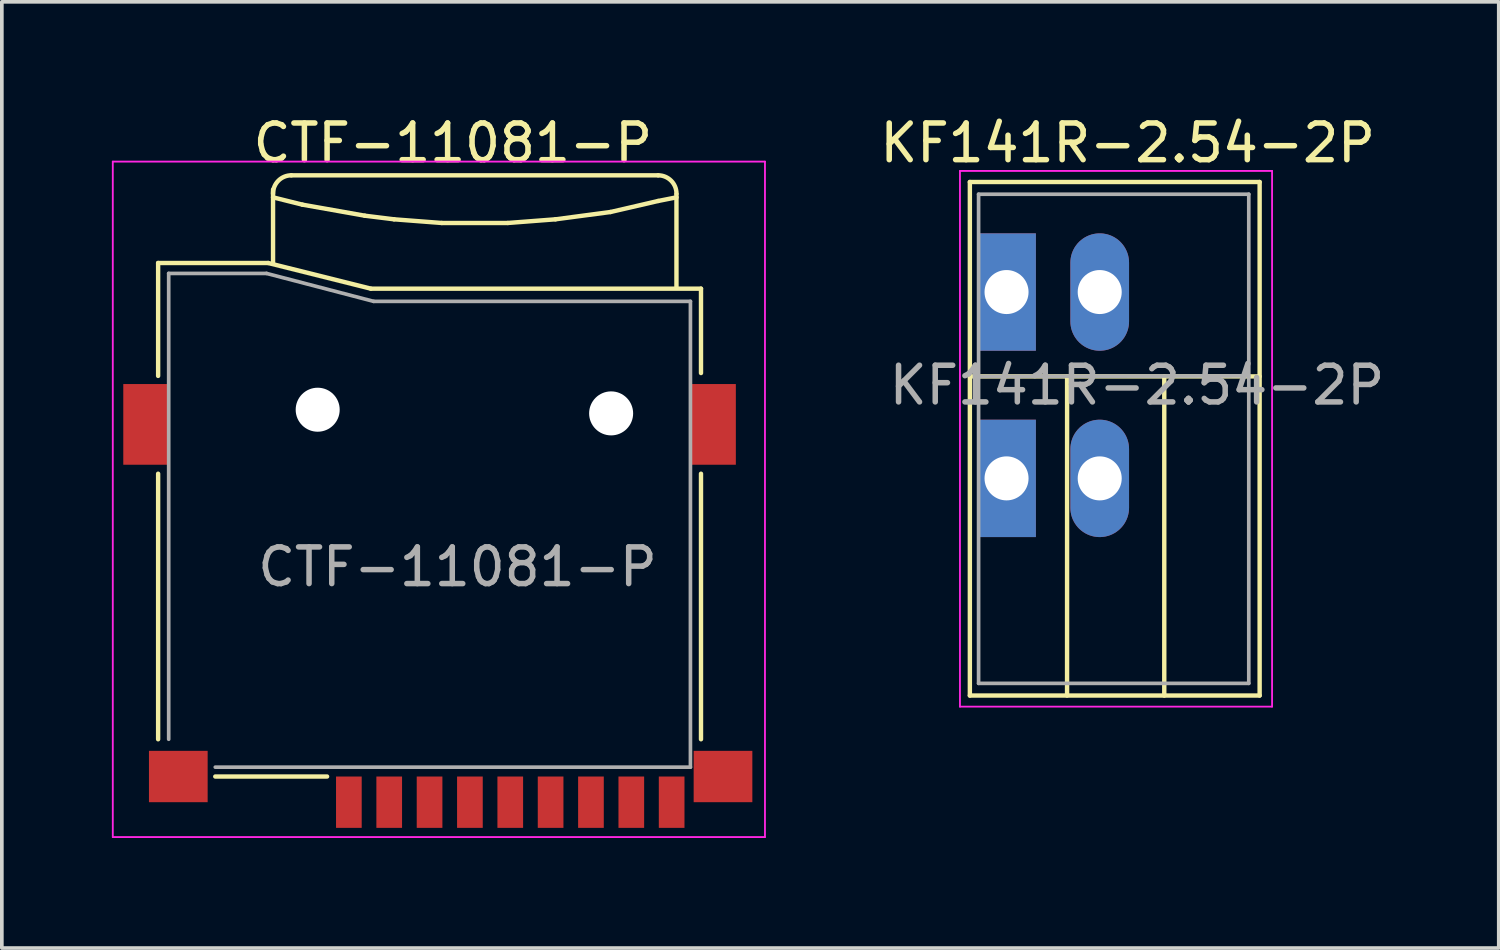
<source format=kicad_pcb>
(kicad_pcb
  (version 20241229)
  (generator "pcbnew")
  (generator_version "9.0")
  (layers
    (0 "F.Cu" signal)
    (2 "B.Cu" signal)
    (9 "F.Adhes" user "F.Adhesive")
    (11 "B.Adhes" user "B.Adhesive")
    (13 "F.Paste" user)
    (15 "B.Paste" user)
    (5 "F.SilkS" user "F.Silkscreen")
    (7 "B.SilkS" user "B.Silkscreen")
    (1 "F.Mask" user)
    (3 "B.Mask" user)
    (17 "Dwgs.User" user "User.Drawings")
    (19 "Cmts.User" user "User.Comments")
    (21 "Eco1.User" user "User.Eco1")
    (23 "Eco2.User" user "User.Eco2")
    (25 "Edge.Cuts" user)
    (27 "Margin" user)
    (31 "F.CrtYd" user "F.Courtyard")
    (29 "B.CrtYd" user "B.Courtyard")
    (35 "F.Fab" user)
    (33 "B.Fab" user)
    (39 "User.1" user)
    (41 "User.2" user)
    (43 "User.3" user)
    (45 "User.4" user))
  (footprint "CTF-11081-P"
    (layer "F.Cu")
    (at 8.661 18.12)
    (property "Reference" "CTF-11081-P" (at 0.635 -17.272 0) (layer "F.SilkS") (effects (font (size 1 1) (thickness 0.15))))
    (attr smd)
    (fp_line (start -7.4 -14) (end -7.4 -10.922) (stroke (width 0.12) (type solid)) (layer "F.SilkS"))
    (fp_line (start -7.4 -14) (end -4.4 -14) (stroke (width 0.12) (type solid)) (layer "F.SilkS"))
    (fp_line (start -7.4 -8.255) (end -7.4 -1.016) (stroke (width 0.12) (type solid)) (layer "F.SilkS"))
    (fp_line (start -4.4 -14) (end -1.6 -13.3) (stroke (width 0.12) (type solid)) (layer "F.SilkS"))
    (fp_line (start -4.268 -15.79) (end -3.468 -15.591) (stroke (width 0.12) (type solid)) (layer "F.SilkS"))
    (fp_line (start -4.267 -13.983) (end -4.267 -16.002) (stroke (width 0.12) (type solid)) (layer "F.SilkS"))
    (fp_line (start -3.768 -16.39) (end 6.232 -16.39) (stroke (width 0.12) (type solid)) (layer "F.SilkS"))
    (fp_line (start -3.468 -15.591) (end -1.768 -15.29) (stroke (width 0.12) (type solid)) (layer "F.SilkS"))
    (fp_line (start -2.794 0) (end -5.842 0) (stroke (width 0.12) (type solid)) (layer "F.SilkS"))
    (fp_line (start -1.768 -15.29) (end -0.968 -15.191) (stroke (width 0.12) (type solid)) (layer "F.SilkS"))
    (fp_line (start -0.968 -15.191) (end 0.332 -15.091) (stroke (width 0.12) (type solid)) (layer "F.SilkS"))
    (fp_line (start 0.332 -15.091) (end 2.132 -15.091) (stroke (width 0.12) (type solid)) (layer "F.SilkS"))
    (fp_line (start 2.132 -15.091) (end 3.432 -15.191) (stroke (width 0.12) (type solid)) (layer "F.SilkS"))
    (fp_line (start 3.432 -15.191) (end 4.932 -15.39) (stroke (width 0.12) (type solid)) (layer "F.SilkS"))
    (fp_line (start 4.932 -15.39) (end 6.232 -15.691) (stroke (width 0.12) (type solid)) (layer "F.SilkS"))
    (fp_line (start 6.232 -15.691) (end 6.732 -15.79) (stroke (width 0.12) (type solid)) (layer "F.SilkS"))
    (fp_line (start 6.731 -13.335) (end 6.731 -15.875) (stroke (width 0.12) (type solid)) (layer "F.SilkS"))
    (fp_line (start 7.4 -13.3) (end -1.6 -13.3) (stroke (width 0.12) (type solid)) (layer "F.SilkS"))
    (fp_line (start 7.4 -13.3) (end 7.4 -11) (stroke (width 0.12) (type solid)) (layer "F.SilkS"))
    (fp_line (start 7.4 -8.255) (end 7.4 -1.016) (stroke (width 0.12) (type solid)) (layer "F.SilkS"))
    (fp_arc (start -4.2681 -15.8905) (mid -4.121653 -16.244053) (end -3.7681 -16.3905) (stroke (width 0.12) (type solid)) (layer "F.SilkS"))
    (fp_arc (start 6.2319 -16.3905) (mid 6.585453 -16.244053) (end 6.7319 -15.8905) (stroke (width 0.12) (type solid)) (layer "F.SilkS"))
    (fp_line (start -8.636 -16.764) (end -8.636 1.651) (stroke (width 0.05) (type solid)) (layer "F.CrtYd"))
    (fp_line (start 9.144 -16.764) (end -8.636 -16.764) (stroke (width 0.05) (type solid)) (layer "F.CrtYd"))
    (fp_line (start 9.144 -16.764) (end 9.144 1.651) (stroke (width 0.05) (type solid)) (layer "F.CrtYd"))
    (fp_line (start 9.144 1.651) (end -8.636 1.651) (stroke (width 0.05) (type solid)) (layer "F.CrtYd"))
    (fp_line (start -7.112 -13.716) (end -7.112 -1.016) (stroke (width 0.1) (type solid)) (layer "F.Fab"))
    (fp_line (start -4.445 -13.716) (end -7.112 -13.716) (stroke (width 0.1) (type solid)) (layer "F.Fab"))
    (fp_line (start -4.445 -13.716) (end -1.524 -12.954) (stroke (width 0.1) (type solid)) (layer "F.Fab"))
    (fp_line (start 7.112 -12.954) (end -1.524 -12.954) (stroke (width 0.1) (type solid)) (layer "F.Fab"))
    (fp_line (start 7.112 -0.255) (end -5.842 -0.255) (stroke (width 0.1) (type solid)) (layer "F.Fab"))
    (fp_line (start 7.112 -0.255) (end 7.112 -12.954) (stroke (width 0.1) (type solid)) (layer "F.Fab"))
    (fp_text user "${REFERENCE}" (at 0.762 -5.715 0) (layer "F.Fab") (effects (font (size 1 1) (thickness 0.15))))
    (pad "" np_thru_hole circle (at -3.05 -10) (size 1.2 1.2) (drill 1.2) (layers "*.Cu" "*.Mask"))
    (pad "" np_thru_hole circle (at 4.95 -9.9) (size 1.2 1.2) (drill 1.2) (layers "*.Cu" "*.Mask"))
    (pad "1" smd rect (at -2.2 0.7) (size 0.7 1.4) (layers "F.Cu" "F.Mask" "F.Paste"))
    (pad "2" smd rect (at -1.1 0.7) (size 0.7 1.4) (layers "F.Cu" "F.Mask" "F.Paste"))
    (pad "3" smd rect (at 0 0.7) (size 0.7 1.4) (layers "F.Cu" "F.Mask" "F.Paste"))
    (pad "4" smd rect (at 1.1 0.7) (size 0.7 1.4) (layers "F.Cu" "F.Mask" "F.Paste"))
    (pad "5" smd rect (at 2.2 0.7) (size 0.7 1.4) (layers "F.Cu" "F.Mask" "F.Paste"))
    (pad "6" smd rect (at 3.3 0.7) (size 0.7 1.4) (layers "F.Cu" "F.Mask" "F.Paste"))
    (pad "7" smd rect (at 4.4 0.7) (size 0.7 1.4) (layers "F.Cu" "F.Mask" "F.Paste"))
    (pad "8" smd rect (at 5.5 0.7) (size 0.7 1.4) (layers "F.Cu" "F.Mask" "F.Paste"))
    (pad "Cd" smd rect (at 6.6 0.7) (size 0.7 1.4) (layers "F.Cu" "F.Mask" "F.Paste"))
    (pad "G" smd rect (at -7.75 -9.6) (size 1.2 2.2) (layers "F.Cu" "F.Mask" "F.Paste"))
    (pad "G" smd rect (at -6.85 0) (size 1.6 1.4) (layers "F.Cu" "F.Mask" "F.Paste"))
    (pad "G" smd rect (at 7.75 -9.6) (size 1.2 2.2) (layers "F.Cu" "F.Mask" "F.Paste"))
    (pad "G" smd rect (at 8 0) (size 1.6 1.4) (layers "F.Cu" "F.Mask" "F.Paste")))
  (footprint "KF141R-2.54-2P"
    (layer "F.Cu")
    (at 24.391 4.912)
    (property "Reference" "KF141R-2.54-2P" (at 3.302 -4.064 0) (layer "F.SilkS") (effects (font (size 1 1) (thickness 0.15))))
    (attr through_hole)
    (fp_line (start -1 -3) (end -1 11) (stroke (width 0.12) (type solid)) (layer "F.SilkS"))
    (fp_line (start -1 -3) (end 6.9 -3) (stroke (width 0.12) (type solid)) (layer "F.SilkS"))
    (fp_line (start -1 2.3) (end 6.9 2.3) (stroke (width 0.12) (type solid)) (layer "F.SilkS"))
    (fp_line (start -1 11) (end 6.9 11) (stroke (width 0.12) (type solid)) (layer "F.SilkS"))
    (fp_line (start 1.651 2.311) (end 1.65 11) (stroke (width 0.12) (type solid)) (layer "F.SilkS"))
    (fp_line (start 4.3 2.3) (end 4.3 11) (stroke (width 0.12) (type solid)) (layer "F.SilkS"))
    (fp_line (start 6.9 -3) (end 6.9 11) (stroke (width 0.12) (type solid)) (layer "F.SilkS"))
    (fp_line (start -1.27 -3.302) (end -1.27 11.303) (stroke (width 0.05) (type solid)) (layer "F.CrtYd"))
    (fp_line (start -1.27 11.303) (end 7.239 11.303) (stroke (width 0.05) (type solid)) (layer "F.CrtYd"))
    (fp_line (start 7.239 -3.302) (end -1.27 -3.302) (stroke (width 0.05) (type solid)) (layer "F.CrtYd"))
    (fp_line (start 7.239 11.303) (end 7.239 -3.302) (stroke (width 0.05) (type solid)) (layer "F.CrtYd"))
    (fp_line (start -0.762 -2.667) (end 6.604 -2.667) (stroke (width 0.1) (type solid)) (layer "F.Fab"))
    (fp_line (start -0.762 2.3) (end 6.604 2.286) (stroke (width 0.1) (type solid)) (layer "F.Fab"))
    (fp_line (start -0.762 10.668) (end -0.762 -2.667) (stroke (width 0.1) (type solid)) (layer "F.Fab"))
    (fp_line (start 6.604 10.668) (end -0.762 10.668) (stroke (width 0.1) (type solid)) (layer "F.Fab"))
    (fp_line (start 6.604 10.668) (end 6.604 -2.667) (stroke (width 0.1) (type solid)) (layer "F.Fab"))
    (fp_text user "${REFERENCE}" (at 3.556 2.54 0) (layer "F.Fab") (effects (font (size 1 1) (thickness 0.15))))
    (pad "1" thru_hole rect (at 0 0) (size 1.6 3.2) (drill 1.2) (layers "*.Cu" "*.Mask"))
    (pad "1" thru_hole rect (at 0 5.08) (size 1.6 3.2) (drill 1.2) (layers "*.Cu" "*.Mask"))
    (pad "2" thru_hole oval (at 2.54 0) (size 1.6 3.2) (drill 1.2) (layers "*.Cu" "*.Mask"))
    (pad "2" thru_hole oval (at 2.54 5.08) (size 1.6 3.2) (drill 1.2) (layers "*.Cu" "*.Mask")))
  (gr_rect
    (start -3 -3)
    (end 37.81 22.796)
    (stroke (width 0.1) (type default))
    (fill no)
    (layer "Edge.Cuts")))
</source>
